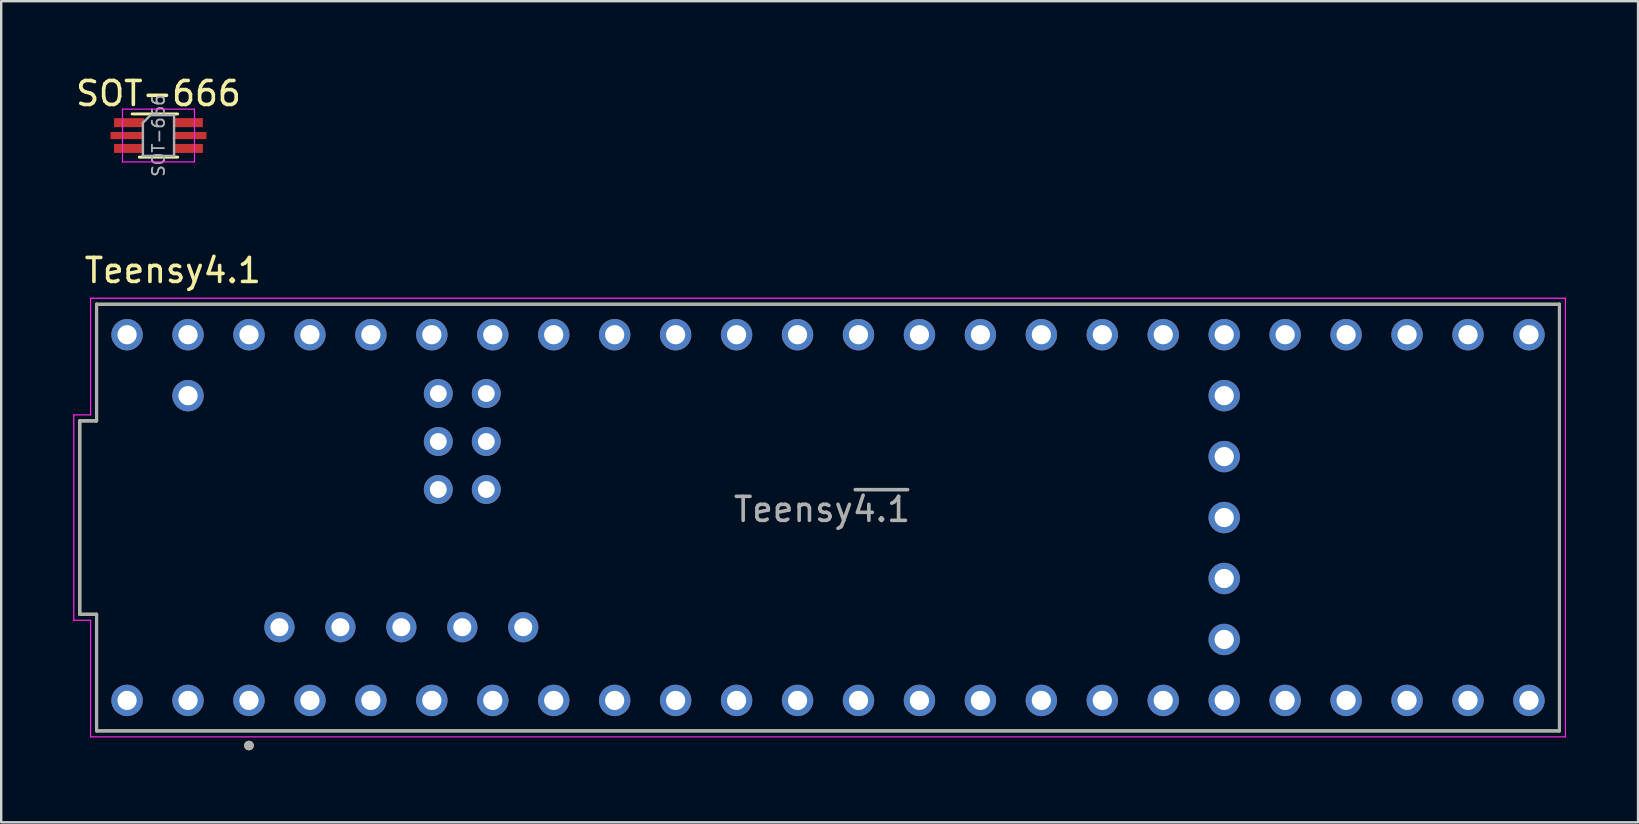
<source format=kicad_pcb>
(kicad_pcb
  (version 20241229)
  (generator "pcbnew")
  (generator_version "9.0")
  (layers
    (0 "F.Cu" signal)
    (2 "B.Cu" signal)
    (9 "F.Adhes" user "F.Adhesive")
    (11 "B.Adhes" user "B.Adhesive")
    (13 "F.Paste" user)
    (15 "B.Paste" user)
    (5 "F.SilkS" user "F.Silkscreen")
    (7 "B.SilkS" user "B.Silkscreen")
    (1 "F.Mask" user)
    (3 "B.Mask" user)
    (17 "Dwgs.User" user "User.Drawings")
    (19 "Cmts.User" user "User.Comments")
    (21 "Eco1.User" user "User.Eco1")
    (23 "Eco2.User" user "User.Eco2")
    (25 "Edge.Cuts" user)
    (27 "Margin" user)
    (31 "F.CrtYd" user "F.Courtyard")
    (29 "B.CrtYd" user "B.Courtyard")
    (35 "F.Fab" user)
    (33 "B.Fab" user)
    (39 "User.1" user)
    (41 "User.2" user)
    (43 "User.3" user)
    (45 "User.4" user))
  (footprint "SOT-666"
    (layer "F.Cu")
    (at 3.554 2.598)
    (property "Reference" "SOT-666" (at 0 -1.75 0) (layer "F.SilkS") (effects (font (size 1 1) (thickness 0.15))))
    (attr smd)
    (fp_line (start -0.8 0.9) (end 0.8 0.9) (stroke (width 0.12) (type solid)) (layer "F.SilkS"))
    (fp_line (start 0.8 -0.9) (end -1.1 -0.9) (stroke (width 0.12) (type solid)) (layer "F.SilkS"))
    (fp_line (start -1.5 -1.1) (end -1.5 1.1) (stroke (width 0.05) (type solid)) (layer "F.CrtYd"))
    (fp_line (start -1.5 -1.1) (end 1.5 -1.1) (stroke (width 0.05) (type solid)) (layer "F.CrtYd"))
    (fp_line (start -1.5 1.1) (end 1.5 1.1) (stroke (width 0.05) (type solid)) (layer "F.CrtYd"))
    (fp_line (start 1.5 1.1) (end 1.5 -1.1) (stroke (width 0.05) (type solid)) (layer "F.CrtYd"))
    (fp_line (start -0.65 -0.53) (end -0.65 0.85) (stroke (width 0.1) (type solid)) (layer "F.Fab"))
    (fp_line (start -0.65 -0.53) (end -0.33 -0.85) (stroke (width 0.1) (type solid)) (layer "F.Fab"))
    (fp_line (start 0.65 -0.85) (end -0.33 -0.85) (stroke (width 0.1) (type solid)) (layer "F.Fab"))
    (fp_line (start 0.65 -0.85) (end 0.65 0.85) (stroke (width 0.1) (type solid)) (layer "F.Fab"))
    (fp_line (start 0.65 0.85) (end -0.65 0.85) (stroke (width 0.1) (type solid)) (layer "F.Fab"))
    (fp_text user "${REFERENCE}" (at 0 0 90) (layer "F.Fab") (effects (font (size 0.5 0.5) (thickness 0.075))))
    (pad "1" smd rect (at -1.225 -0.537) (size 1.25 0.375) (layers "F.Cu" "F.Mask" "F.Paste"))
    (pad "2" smd rect (at -1.3 0) (size 1.4 0.3) (layers "F.Cu" "F.Mask" "F.Paste"))
    (pad "3" smd rect (at -1.225 0.537) (size 1.25 0.375) (layers "F.Cu" "F.Mask" "F.Paste"))
    (pad "4" smd rect (at 1.225 0.537) (size 1.25 0.375) (layers "F.Cu" "F.Mask" "F.Paste"))
    (pad "5" smd rect (at 1.3 0) (size 1.4 0.3) (layers "F.Cu" "F.Mask" "F.Paste"))
    (pad "6" smd rect (at 1.225 -0.537) (size 1.25 0.375) (layers "F.Cu" "F.Mask" "F.Paste")))
  (footprint "Teensy4.1"
    (layer "F.Cu")
    (at 31.455 18.518)
    (property "Reference" "Teensy4.1" (at -27.305 -10.295 0) (layer "F.SilkS") (effects (font (size 1 1) (thickness 0.15))))
    (attr through_hole)
    (fp_line (start -31.18 4.03) (end -31.18 -4.03) (stroke (width 0.127) (type solid)) (layer "F.SilkS"))
    (fp_line (start -30.48 -8.89) (end -30.48 -4.03) (stroke (width 0.127) (type solid)) (layer "F.SilkS"))
    (fp_line (start -30.48 -8.89) (end 30.48 -8.89) (stroke (width 0.127) (type solid)) (layer "F.SilkS"))
    (fp_line (start -30.48 -4.03) (end -31.18 -4.03) (stroke (width 0.127) (type solid)) (layer "F.SilkS"))
    (fp_line (start -30.48 4.03) (end -31.18 4.03) (stroke (width 0.127) (type solid)) (layer "F.SilkS"))
    (fp_line (start -30.48 8.89) (end -30.48 4.03) (stroke (width 0.127) (type solid)) (layer "F.SilkS"))
    (fp_line (start 30.48 -8.89) (end 30.48 8.89) (stroke (width 0.127) (type solid)) (layer "F.SilkS"))
    (fp_line (start 30.48 8.89) (end -30.48 8.89) (stroke (width 0.127) (type solid)) (layer "F.SilkS"))
    (fp_circle (center -24.13 9.5) (end -24.03 9.5) (stroke (width 0.2) (type solid)) (fill no) (layer "F.SilkS"))
    (fp_line (start -31.43 4.28) (end -31.43 -4.28) (stroke (width 0.05) (type solid)) (layer "F.CrtYd"))
    (fp_line (start -30.73 -9.14) (end -30.73 -4.28) (stroke (width 0.05) (type solid)) (layer "F.CrtYd"))
    (fp_line (start -30.73 -9.14) (end 30.73 -9.14) (stroke (width 0.05) (type solid)) (layer "F.CrtYd"))
    (fp_line (start -30.73 -4.28) (end -31.43 -4.28) (stroke (width 0.05) (type solid)) (layer "F.CrtYd"))
    (fp_line (start -30.73 4.28) (end -31.43 4.28) (stroke (width 0.05) (type solid)) (layer "F.CrtYd"))
    (fp_line (start -30.73 9.14) (end -30.73 4.28) (stroke (width 0.05) (type solid)) (layer "F.CrtYd"))
    (fp_line (start 30.73 -9.14) (end 30.73 9.14) (stroke (width 0.05) (type solid)) (layer "F.CrtYd"))
    (fp_line (start 30.73 9.14) (end -30.73 9.14) (stroke (width 0.05) (type solid)) (layer "F.CrtYd"))
    (fp_line (start -31.18 4.03) (end -31.18 -4.03) (stroke (width 0.127) (type solid)) (layer "F.Fab"))
    (fp_line (start -30.48 -8.89) (end -30.48 -4.03) (stroke (width 0.127) (type solid)) (layer "F.Fab"))
    (fp_line (start -30.48 -8.89) (end 30.48 -8.89) (stroke (width 0.127) (type solid)) (layer "F.Fab"))
    (fp_line (start -30.48 -4.03) (end -31.18 -4.03) (stroke (width 0.127) (type solid)) (layer "F.Fab"))
    (fp_line (start -30.48 4.03) (end -31.18 4.03) (stroke (width 0.127) (type solid)) (layer "F.Fab"))
    (fp_line (start -30.48 8.89) (end -30.48 4.03) (stroke (width 0.127) (type solid)) (layer "F.Fab"))
    (fp_line (start 30.48 -8.89) (end 30.48 8.89) (stroke (width 0.127) (type solid)) (layer "F.Fab"))
    (fp_line (start 30.48 8.89) (end -30.48 8.89) (stroke (width 0.127) (type solid)) (layer "F.Fab"))
    (fp_circle (center -24.13 9.5) (end -24.03 9.5) (stroke (width 0.2) (type solid)) (fill no) (layer "F.Fab"))
    (fp_text user "Teensy~{4.1}" (at -0.25 -0.34 0) (layer "F.Fab") (effects (font (size 1 1) (thickness 0.15))))
    (pad "0" thru_hole circle (at -26.67 7.62) (size 1.308 1.308) (drill 0.8) (layers "*.Cu" "*.Mask"))
    (pad "1" thru_hole circle (at -24.13 7.62) (size 1.308 1.308) (drill 0.8) (layers "*.Cu" "*.Mask"))
    (pad "2" thru_hole circle (at -21.59 7.62) (size 1.308 1.308) (drill 0.8) (layers "*.Cu" "*.Mask"))
    (pad "3" thru_hole circle (at -19.05 7.62) (size 1.308 1.308) (drill 0.8) (layers "*.Cu" "*.Mask"))
    (pad "3.3V_1" thru_hole circle (at 6.35 7.62) (size 1.308 1.308) (drill 0.8) (layers "*.Cu" "*.Mask"))
    (pad "3.3V_2" thru_hole circle (at -24.13 -7.62) (size 1.308 1.308) (drill 0.8) (layers "*.Cu" "*.Mask"))
    (pad "3.3V_3" thru_hole circle (at 16.51 2.54) (size 1.308 1.308) (drill 0.8) (layers "*.Cu" "*.Mask"))
    (pad "4" thru_hole circle (at -16.51 7.62) (size 1.308 1.308) (drill 0.8) (layers "*.Cu" "*.Mask"))
    (pad "5" thru_hole circle (at -13.97 7.62) (size 1.308 1.308) (drill 0.8) (layers "*.Cu" "*.Mask"))
    (pad "5V" thru_hole circle (at -22.86 4.57) (size 1.258 1.258) (drill 0.75) (layers "*.Cu" "*.Mask"))
    (pad "6" thru_hole circle (at -11.43 7.62) (size 1.308 1.308) (drill 0.8) (layers "*.Cu" "*.Mask"))
    (pad "7" thru_hole circle (at -8.89 7.62) (size 1.308 1.308) (drill 0.8) (layers "*.Cu" "*.Mask"))
    (pad "8" thru_hole circle (at -6.35 7.62) (size 1.308 1.308) (drill 0.8) (layers "*.Cu" "*.Mask"))
    (pad "9" thru_hole circle (at -3.81 7.62) (size 1.308 1.308) (drill 0.8) (layers "*.Cu" "*.Mask"))
    (pad "10" thru_hole circle (at -1.27 7.62) (size 1.308 1.308) (drill 0.8) (layers "*.Cu" "*.Mask"))
    (pad "11" thru_hole circle (at 1.27 7.62) (size 1.308 1.308) (drill 0.8) (layers "*.Cu" "*.Mask"))
    (pad "12" thru_hole circle (at 3.81 7.62) (size 1.308 1.308) (drill 0.8) (layers "*.Cu" "*.Mask"))
    (pad "13" thru_hole circle (at 3.81 -7.62) (size 1.308 1.308) (drill 0.8) (layers "*.Cu" "*.Mask"))
    (pad "14" thru_hole circle (at 1.27 -7.62) (size 1.308 1.308) (drill 0.8) (layers "*.Cu" "*.Mask"))
    (pad "15" thru_hole circle (at -1.27 -7.62) (size 1.308 1.308) (drill 0.8) (layers "*.Cu" "*.Mask"))
    (pad "16" thru_hole circle (at -3.81 -7.62) (size 1.308 1.308) (drill 0.8) (layers "*.Cu" "*.Mask"))
    (pad "17" thru_hole circle (at -6.35 -7.62) (size 1.308 1.308) (drill 0.8) (layers "*.Cu" "*.Mask"))
    (pad "18" thru_hole circle (at -8.89 -7.62) (size 1.308 1.308) (drill 0.8) (layers "*.Cu" "*.Mask"))
    (pad "19" thru_hole circle (at -11.43 -7.62) (size 1.308 1.308) (drill 0.8) (layers "*.Cu" "*.Mask"))
    (pad "20" thru_hole circle (at -13.97 -7.62) (size 1.308 1.308) (drill 0.8) (layers "*.Cu" "*.Mask"))
    (pad "21" thru_hole circle (at -16.51 -7.62) (size 1.308 1.308) (drill 0.8) (layers "*.Cu" "*.Mask"))
    (pad "22" thru_hole circle (at -19.05 -7.62) (size 1.308 1.308) (drill 0.8) (layers "*.Cu" "*.Mask"))
    (pad "23" thru_hole circle (at -21.59 -7.62) (size 1.308 1.308) (drill 0.8) (layers "*.Cu" "*.Mask"))
    (pad "24" thru_hole circle (at 8.89 7.62) (size 1.308 1.308) (drill 0.8) (layers "*.Cu" "*.Mask"))
    (pad "25" thru_hole circle (at 11.43 7.62) (size 1.308 1.308) (drill 0.8) (layers "*.Cu" "*.Mask"))
    (pad "26" thru_hole circle (at 13.97 7.62) (size 1.308 1.308) (drill 0.8) (layers "*.Cu" "*.Mask"))
    (pad "27" thru_hole circle (at 16.51 7.62) (size 1.308 1.308) (drill 0.8) (layers "*.Cu" "*.Mask"))
    (pad "28" thru_hole circle (at 19.05 7.62) (size 1.308 1.308) (drill 0.8) (layers "*.Cu" "*.Mask"))
    (pad "29" thru_hole circle (at 21.59 7.62) (size 1.308 1.308) (drill 0.8) (layers "*.Cu" "*.Mask"))
    (pad "30" thru_hole circle (at 24.13 7.62) (size 1.308 1.308) (drill 0.8) (layers "*.Cu" "*.Mask"))
    (pad "31" thru_hole circle (at 26.67 7.62) (size 1.308 1.308) (drill 0.8) (layers "*.Cu" "*.Mask"))
    (pad "32" thru_hole circle (at 29.21 7.62) (size 1.308 1.308) (drill 0.8) (layers "*.Cu" "*.Mask"))
    (pad "33" thru_hole circle (at 29.21 -7.62) (size 1.308 1.308) (drill 0.8) (layers "*.Cu" "*.Mask"))
    (pad "34" thru_hole circle (at 26.67 -7.62) (size 1.308 1.308) (drill 0.8) (layers "*.Cu" "*.Mask"))
    (pad "35" thru_hole circle (at 24.13 -7.62) (size 1.308 1.308) (drill 0.8) (layers "*.Cu" "*.Mask"))
    (pad "36" thru_hole circle (at 21.59 -7.62) (size 1.308 1.308) (drill 0.8) (layers "*.Cu" "*.Mask"))
    (pad "37" thru_hole circle (at 19.05 -7.62) (size 1.308 1.308) (drill 0.8) (layers "*.Cu" "*.Mask"))
    (pad "38" thru_hole circle (at 16.51 -7.62) (size 1.308 1.308) (drill 0.8) (layers "*.Cu" "*.Mask"))
    (pad "39" thru_hole circle (at 13.97 -7.62) (size 1.308 1.308) (drill 0.8) (layers "*.Cu" "*.Mask"))
    (pad "40" thru_hole circle (at 11.43 -7.62) (size 1.308 1.308) (drill 0.8) (layers "*.Cu" "*.Mask"))
    (pad "41" thru_hole circle (at 8.89 -7.62) (size 1.308 1.308) (drill 0.8) (layers "*.Cu" "*.Mask"))
    (pad "D+" thru_hole circle (at -17.78 4.57) (size 1.258 1.258) (drill 0.75) (layers "*.Cu" "*.Mask"))
    (pad "D-" thru_hole circle (at -20.32 4.57) (size 1.258 1.258) (drill 0.75) (layers "*.Cu" "*.Mask"))
    (pad "GND1" thru_hole circle (at -29.21 7.62) (size 1.308 1.308) (drill 0.8) (layers "*.Cu" "*.Mask"))
    (pad "GND2" thru_hole circle (at 6.35 -7.62) (size 1.308 1.308) (drill 0.8) (layers "*.Cu" "*.Mask"))
    (pad "GND3" thru_hole circle (at -26.67 -7.62) (size 1.308 1.308) (drill 0.8) (layers "*.Cu" "*.Mask"))
    (pad "GND4" thru_hole circle (at 16.51 0) (size 1.308 1.308) (drill 0.8) (layers "*.Cu" "*.Mask"))
    (pad "GND5" thru_hole circle (at -14.24 -3.17) (size 1.208 1.208) (drill 0.7) (layers "*.Cu" "*.Mask"))
    (pad "LED" thru_hole circle (at -16.24 -3.17) (size 1.208 1.208) (drill 0.7) (layers "*.Cu" "*.Mask"))
    (pad "ON/OFF" thru_hole circle (at 16.51 -5.08) (size 1.308 1.308) (drill 0.8) (layers "*.Cu" "*.Mask"))
    (pad "PROGRAM" thru_hole circle (at 16.51 -2.54) (size 1.308 1.308) (drill 0.8) (layers "*.Cu" "*.Mask"))
    (pad "R+" thru_hole circle (at -16.24 -5.17) (size 1.208 1.208) (drill 0.7) (layers "*.Cu" "*.Mask"))
    (pad "R-" thru_hole circle (at -14.24 -5.17) (size 1.208 1.208) (drill 0.7) (layers "*.Cu" "*.Mask"))
    (pad "T+" thru_hole circle (at -14.24 -1.17) (size 1.208 1.208) (drill 0.7) (layers "*.Cu" "*.Mask"))
    (pad "T-" thru_hole circle (at -16.24 -1.17) (size 1.208 1.208) (drill 0.7) (layers "*.Cu" "*.Mask"))
    (pad "USB_GND1" thru_hole circle (at -15.24 4.57) (size 1.258 1.258) (drill 0.75) (layers "*.Cu" "*.Mask"))
    (pad "USB_GND2" thru_hole circle (at -12.7 4.57) (size 1.258 1.258) (drill 0.75) (layers "*.Cu" "*.Mask"))
    (pad "VBAT" thru_hole circle (at 16.51 5.08) (size 1.308 1.308) (drill 0.8) (layers "*.Cu" "*.Mask"))
    (pad "VIN" thru_hole circle (at -29.21 -7.62) (size 1.308 1.308) (drill 0.8) (layers "*.Cu" "*.Mask"))
    (pad "VUSB" thru_hole circle (at -26.67 -5.08) (size 1.308 1.308) (drill 0.8) (layers "*.Cu" "*.Mask")))
  (gr_rect
    (start -3 -3)
    (end 65.21 31.218)
    (stroke (width 0.1) (type default))
    (fill no)
    (layer "Edge.Cuts")))
</source>
